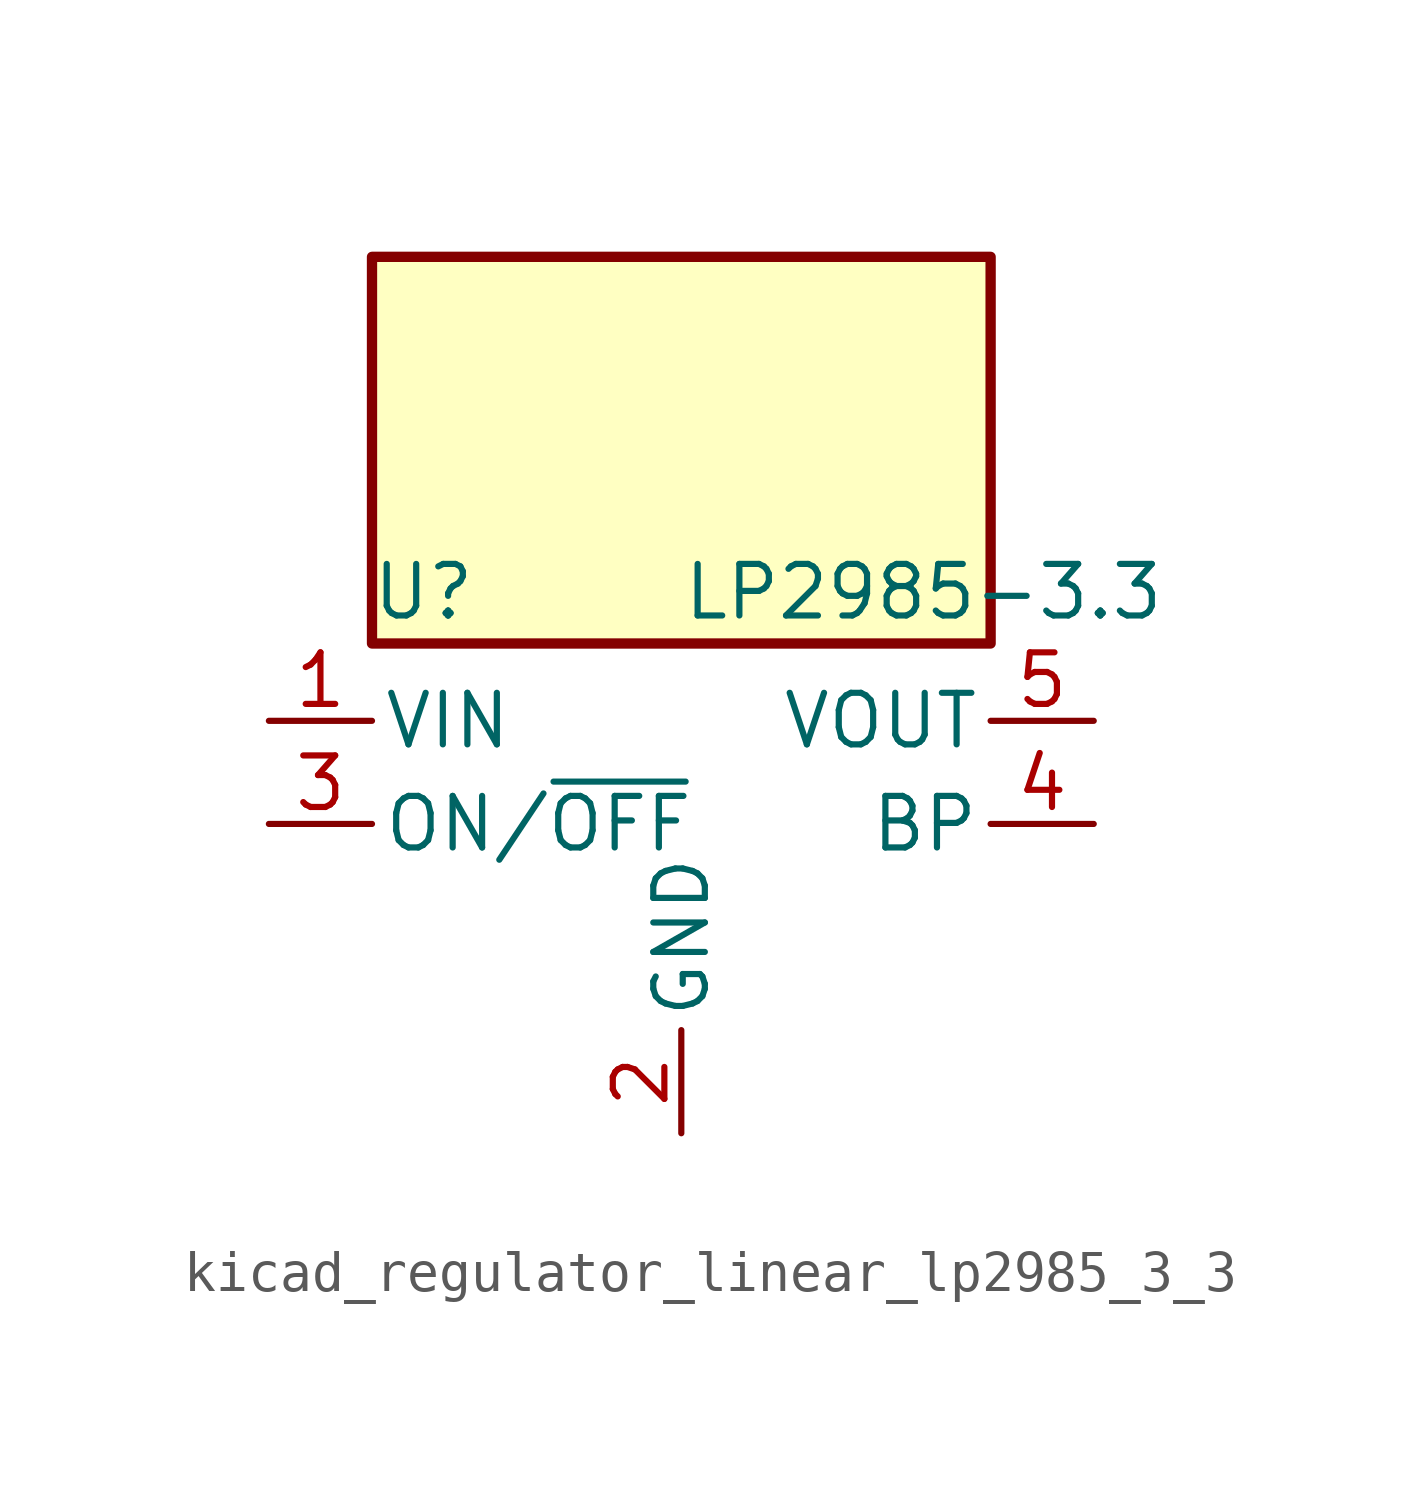
<source format=kicad_sym>
(kicad_symbol_lib
  (version 20220914)
  (generator kicad_symbol_editor)
  (symbol "kicad_regulator_linear_lp2985_3_3"
    (pin_names
      (offset 0.254))
    (property "Reference" "U"
      (at -6.35 5.715 0)
      (effects (font (size 1.27 1.27))))
    (property "Value" "LP2985-3.3"
      (at 0 5.715 0)
      (effects (font (size 1.27 1.27)) (justify left)))
    (symbol "kicad_regulator_linear_lp2985_3_3_0_1"
      (rectangle (start 7.62 13.97) (end -7.62 4.445) (stroke (width 0.254) (type default)) (fill (type background))))
    (symbol "kicad_regulator_linear_lp2985_3_3_1_1"
      (pin power_in line (at -10.16 2.54 0) (length 2.54) (name "VIN" (effects (font (size 1.27 1.27)))) (number "1" (effects (font (size 1.27 1.27)))))
      (pin power_in line (at 0 -7.62 90) (length 2.54) (name "GND" (effects (font (size 1.27 1.27)))) (number "2" (effects (font (size 1.27 1.27)))))
      (pin input line (at -10.16 0 0) (length 2.54) (name "ON/~{OFF}" (effects (font (size 1.27 1.27)))) (number "3" (effects (font (size 1.27 1.27)))))
      (pin input line (at 10.16 0 180) (length 2.54) (name "BP" (effects (font (size 1.27 1.27)))) (number "4" (effects (font (size 1.27 1.27)))))
      (pin power_out line (at 10.16 2.54 180) (length 2.54) (name "VOUT" (effects (font (size 1.27 1.27)))) (number "5" (effects (font (size 1.27 1.27))))))))
</source>
